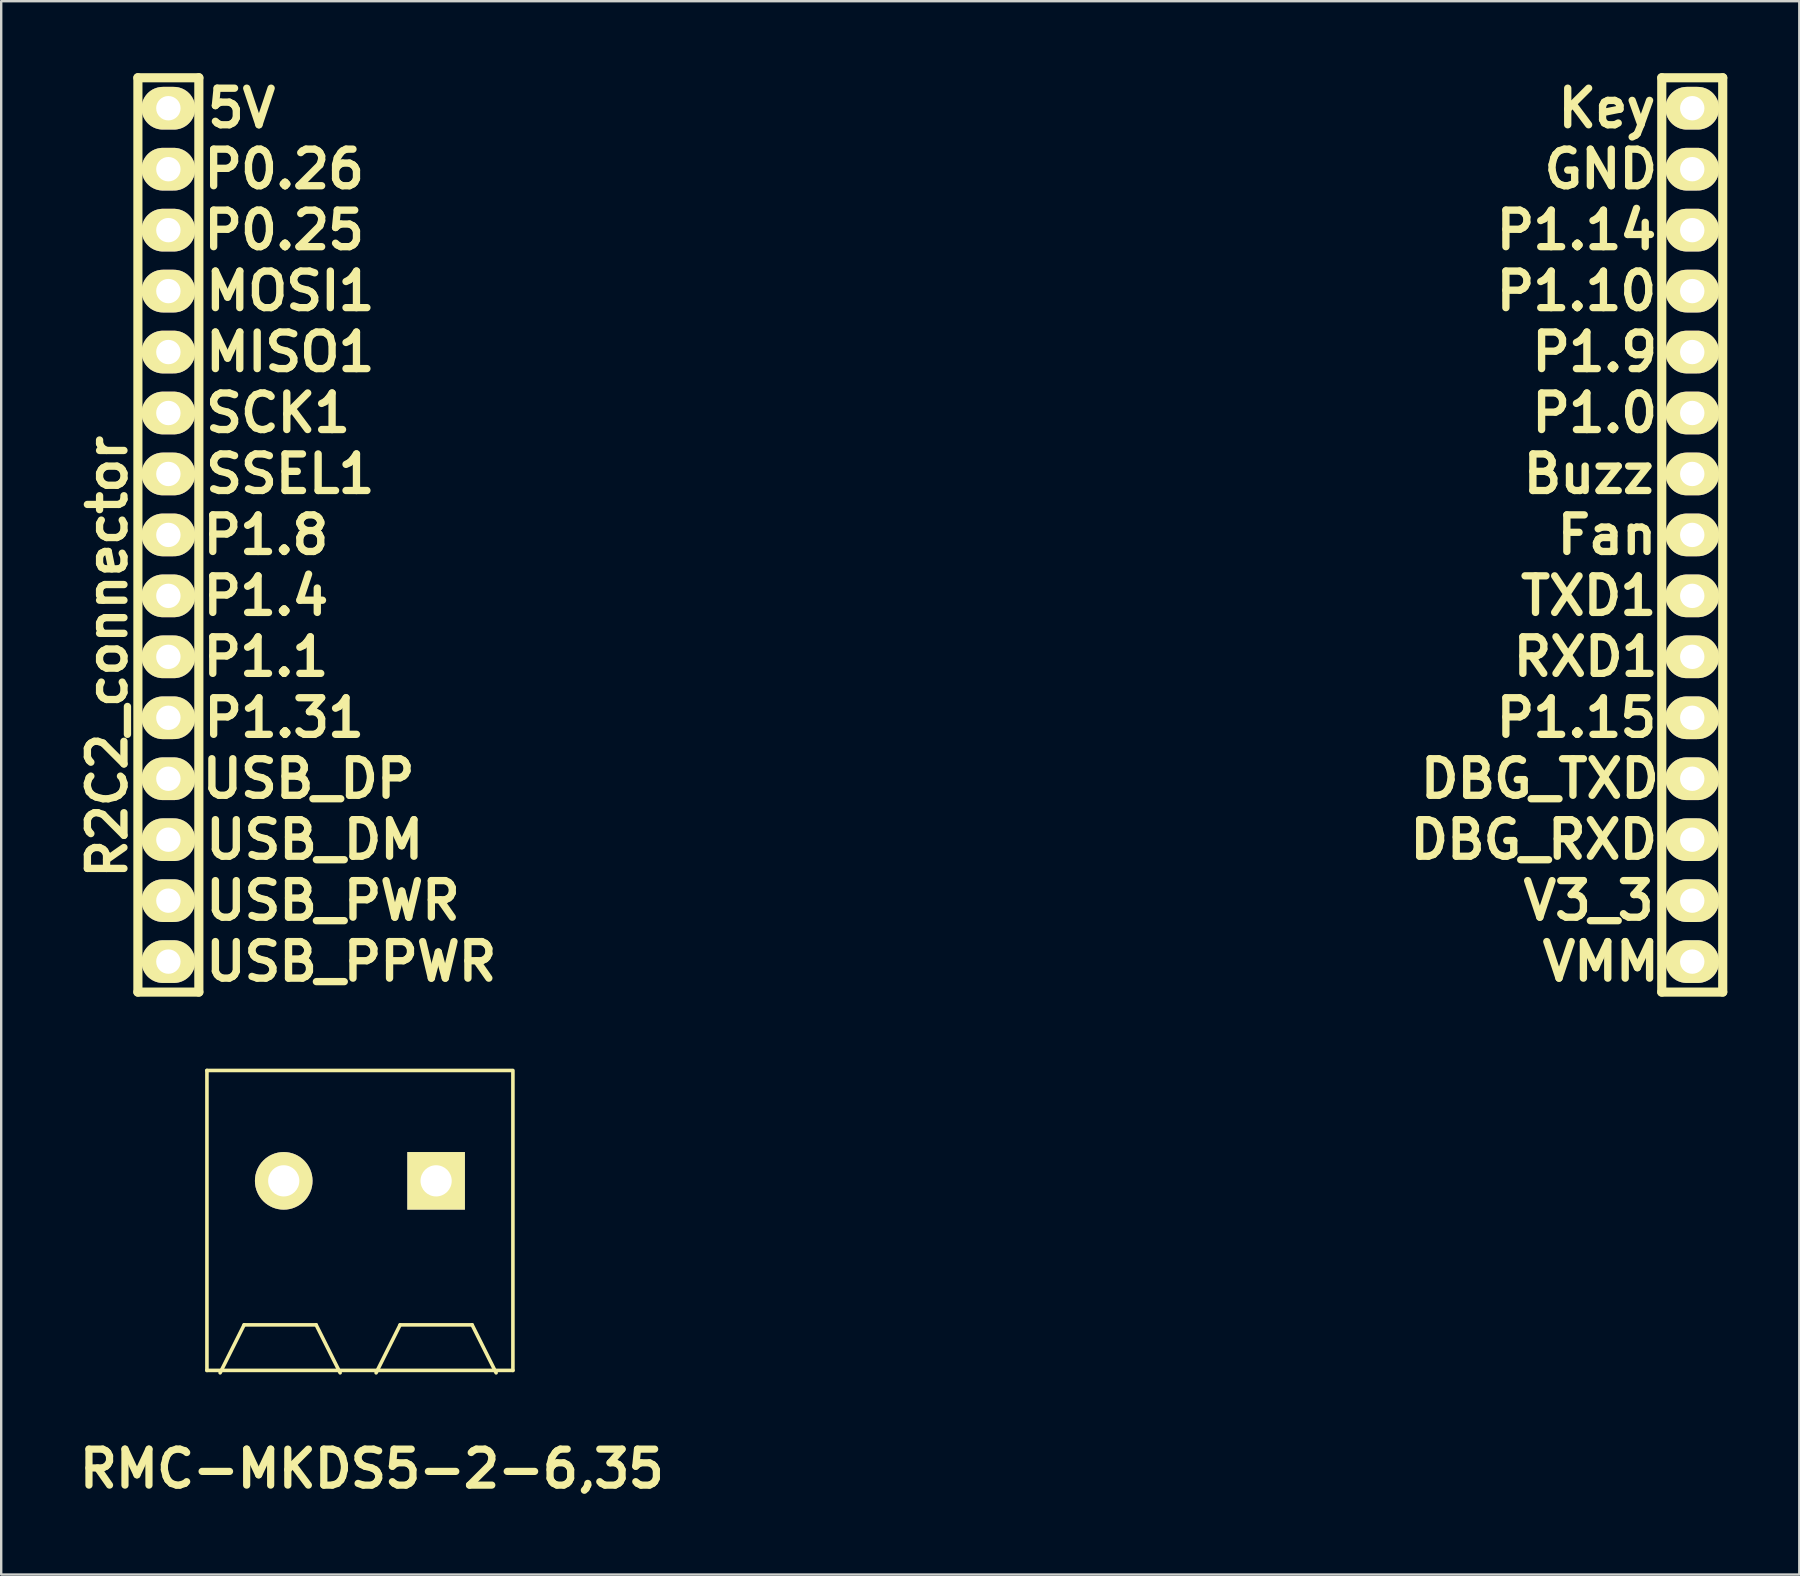
<source format=kicad_pcb>
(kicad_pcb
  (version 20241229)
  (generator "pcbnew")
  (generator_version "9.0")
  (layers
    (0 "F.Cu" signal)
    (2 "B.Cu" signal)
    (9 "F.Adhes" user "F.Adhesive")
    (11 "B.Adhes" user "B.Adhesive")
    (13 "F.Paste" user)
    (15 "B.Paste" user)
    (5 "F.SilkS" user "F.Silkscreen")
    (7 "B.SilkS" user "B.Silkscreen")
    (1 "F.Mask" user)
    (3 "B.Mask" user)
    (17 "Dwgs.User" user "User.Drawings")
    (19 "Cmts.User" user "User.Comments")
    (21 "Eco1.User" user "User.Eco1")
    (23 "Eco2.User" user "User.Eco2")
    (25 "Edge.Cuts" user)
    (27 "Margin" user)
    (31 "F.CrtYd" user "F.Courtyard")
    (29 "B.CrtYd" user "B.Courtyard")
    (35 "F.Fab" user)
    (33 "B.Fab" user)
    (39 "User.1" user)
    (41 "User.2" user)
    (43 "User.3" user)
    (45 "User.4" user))
  (footprint "RMC-MKDS5-2-6,35"
    (layer "F.Cu")
    (at 11.943 46.156)
    (property "Reference" "RMC-MKDS5-2-6,35" (at 0.5 12 0) (layer "F.SilkS") (effects (font (size 1.5 1.5) (thickness 0.3))))
    (attr through_hole)
    (fp_line (start -6.37 -4.6) (end 6.33 -4.6) (stroke (width 0.15) (type solid)) (layer "F.SilkS"))
    (fp_line (start -6.37 7.9) (end -6.37 -4.6) (stroke (width 0.15) (type solid)) (layer "F.SilkS"))
    (fp_line (start -5.82 8) (end -4.82 6) (stroke (width 0.15) (type solid)) (layer "F.SilkS"))
    (fp_line (start -4.82 6) (end -1.82 6) (stroke (width 0.15) (type solid)) (layer "F.SilkS"))
    (fp_line (start -1.82 6) (end -0.82 8) (stroke (width 0.15) (type solid)) (layer "F.SilkS"))
    (fp_line (start 1.68 6) (end 0.68 8) (stroke (width 0.15) (type solid)) (layer "F.SilkS"))
    (fp_line (start 4.68 6) (end 1.68 6) (stroke (width 0.15) (type solid)) (layer "F.SilkS"))
    (fp_line (start 5.68 8) (end 4.68 6) (stroke (width 0.15) (type solid)) (layer "F.SilkS"))
    (fp_line (start 6.38 -4.6) (end 6.38 7.9) (stroke (width 0.15) (type solid)) (layer "F.SilkS"))
    (fp_line (start 6.38 7.9) (end -6.37 7.9) (stroke (width 0.15) (type solid)) (layer "F.SilkS"))
    (pad "1" thru_hole rect (at 3.18 0) (size 2.4 2.4) (drill 1.3) (layers "*.Cu" "*.Mask" "F.SilkS"))
    (pad "2" thru_hole circle (at -3.17 0) (size 2.4 2.4) (drill 1.3) (layers "*.Cu" "*.Mask" "F.SilkS")))
  (footprint "R2C2_connector"
    (layer "F.Cu")
    (at 3.966 37.02)
    (property "Reference" "R2C2_connector" (at -2.54 -12.7 90) (layer "F.SilkS") (effects (font (size 1.524 1.524) (thickness 0.305))))
    (attr through_hole)
    (fp_line (start -1.27 -36.83) (end 1.27 -36.83) (stroke (width 0.381) (type solid)) (layer "F.SilkS"))
    (fp_line (start -1.27 1.27) (end -1.27 -36.83) (stroke (width 0.381) (type solid)) (layer "F.SilkS"))
    (fp_line (start 1.27 -36.83) (end 1.27 1.27) (stroke (width 0.381) (type solid)) (layer "F.SilkS"))
    (fp_line (start 1.27 1.27) (end -1.27 1.27) (stroke (width 0.381) (type solid)) (layer "F.SilkS"))
    (fp_line (start 62.23 -36.83) (end 64.77 -36.83) (stroke (width 0.381) (type solid)) (layer "F.SilkS"))
    (fp_line (start 62.23 1.27) (end 62.23 -36.83) (stroke (width 0.381) (type solid)) (layer "F.SilkS"))
    (fp_line (start 64.77 -36.83) (end 64.77 1.27) (stroke (width 0.381) (type solid)) (layer "F.SilkS"))
    (fp_line (start 64.77 1.27) (end 62.23 1.27) (stroke (width 0.381) (type solid)) (layer "F.SilkS"))
    (fp_text user "P1.10" (at 58.674 -27.94 0) (layer "F.SilkS") (effects (font (size 1.524 1.524) (thickness 0.305))))
    (fp_text user "P1.15" (at 58.674 -10.16 0) (layer "F.SilkS") (effects (font (size 1.524 1.524) (thickness 0.305))))
    (fp_text user "USB_DM" (at 6.096 -5.08 0) (layer "F.SilkS") (effects (font (size 1.524 1.524) (thickness 0.305))))
    (fp_text user "P1.9" (at 59.436 -25.4 0) (layer "F.SilkS") (effects (font (size 1.524 1.524) (thickness 0.305))))
    (fp_text user "P1.14" (at 58.674 -30.48 0) (layer "F.SilkS") (effects (font (size 1.524 1.524) (thickness 0.305))))
    (fp_text user "RXD1" (at 59.055 -12.7 0) (layer "F.SilkS") (effects (font (size 1.524 1.524) (thickness 0.305))))
    (fp_text user "USB_PWR" (at 6.858 -2.54 0) (layer "F.SilkS") (effects (font (size 1.524 1.524) (thickness 0.305))))
    (fp_text user "DBG_RXD" (at 56.896 -5.08 0) (layer "F.SilkS") (effects (font (size 1.524 1.524) (thickness 0.305))))
    (fp_text user "P1.31" (at 4.826 -10.16 0) (layer "F.SilkS") (effects (font (size 1.524 1.524) (thickness 0.305))))
    (fp_text user "P1.4" (at 4.064 -15.24 0) (layer "F.SilkS") (effects (font (size 1.524 1.524) (thickness 0.305))))
    (fp_text user "DBG_TXD" (at 57.15 -7.62 0) (layer "F.SilkS") (effects (font (size 1.524 1.524) (thickness 0.305))))
    (fp_text user "V3_3" (at 59.182 -2.54 0) (layer "F.SilkS") (effects (font (size 1.524 1.524) (thickness 0.305))))
    (fp_text user "P1.0" (at 59.436 -22.86 0) (layer "F.SilkS") (effects (font (size 1.524 1.524) (thickness 0.305))))
    (fp_text user "SSEL1" (at 5.08 -20.32 0) (layer "F.SilkS") (effects (font (size 1.524 1.524) (thickness 0.305))))
    (fp_text user "P0.26" (at 4.826 -33.02 0) (layer "F.SilkS") (effects (font (size 1.524 1.524) (thickness 0.305))))
    (fp_text user "VMM" (at 59.69 0 0) (layer "F.SilkS") (effects (font (size 1.524 1.524) (thickness 0.305))))
    (fp_text user "Fan" (at 59.944 -17.78 0) (layer "F.SilkS") (effects (font (size 1.524 1.524) (thickness 0.305))))
    (fp_text user "TXD1" (at 59.182 -15.24 0) (layer "F.SilkS") (effects (font (size 1.524 1.524) (thickness 0.305))))
    (fp_text user "Key" (at 59.944 -35.56 0) (layer "F.SilkS") (effects (font (size 1.524 1.524) (thickness 0.305))))
    (fp_text user "MISO1" (at 5.08 -25.4 0) (layer "F.SilkS") (effects (font (size 1.524 1.524) (thickness 0.305))))
    (fp_text user "SCK1" (at 4.572 -22.86 0) (layer "F.SilkS") (effects (font (size 1.524 1.524) (thickness 0.305))))
    (fp_text user "5V" (at 3.048 -35.56 0) (layer "F.SilkS") (effects (font (size 1.524 1.524) (thickness 0.305))))
    (fp_text user "MOSI1" (at 5.08 -27.94 0) (layer "F.SilkS") (effects (font (size 1.524 1.524) (thickness 0.305))))
    (fp_text user "P1.1" (at 4.064 -12.7 0) (layer "F.SilkS") (effects (font (size 1.524 1.524) (thickness 0.305))))
    (fp_text user "USB_DP" (at 5.842 -7.62 0) (layer "F.SilkS") (effects (font (size 1.524 1.524) (thickness 0.305))))
    (fp_text user "Buzz" (at 59.182 -20.32 0) (layer "F.SilkS") (effects (font (size 1.524 1.524) (thickness 0.305))))
    (fp_text user "USB_PPWR" (at 7.62 0 0) (layer "F.SilkS") (effects (font (size 1.524 1.524) (thickness 0.305))))
    (fp_text user "GND" (at 59.69 -33.02 0) (layer "F.SilkS") (effects (font (size 1.524 1.524) (thickness 0.305))))
    (fp_text user "P1.8" (at 4.064 -17.78 0) (layer "F.SilkS") (effects (font (size 1.524 1.524) (thickness 0.305))))
    (fp_text user "P0.25" (at 4.826 -30.48 0) (layer "F.SilkS") (effects (font (size 1.524 1.524) (thickness 0.305))))
    (pad "A1" thru_hole oval (at 0 0) (size 2.235 1.778) (drill 1.016) (layers "*.Cu" "*.Mask" "F.SilkS"))
    (pad "A2" thru_hole oval (at 0 -2.54) (size 2.235 1.778) (drill 1.016) (layers "*.Cu" "*.Mask" "F.SilkS"))
    (pad "A3" thru_hole oval (at 0 -5.08) (size 2.235 1.778) (drill 1.016) (layers "*.Cu" "*.Mask" "F.SilkS"))
    (pad "A4" thru_hole oval (at 0 -7.62) (size 2.235 1.778) (drill 1.016) (layers "*.Cu" "*.Mask" "F.SilkS"))
    (pad "A5" thru_hole oval (at 0 -10.16) (size 2.235 1.778) (drill 1.016) (layers "*.Cu" "*.Mask" "F.SilkS"))
    (pad "A6" thru_hole oval (at 0 -12.7) (size 2.235 1.778) (drill 1.016) (layers "*.Cu" "*.Mask" "F.SilkS"))
    (pad "A7" thru_hole oval (at 0 -15.24) (size 2.235 1.778) (drill 1.016) (layers "*.Cu" "*.Mask" "F.SilkS"))
    (pad "A8" thru_hole oval (at 0 -17.78) (size 2.235 1.778) (drill 1.016) (layers "*.Cu" "*.Mask" "F.SilkS"))
    (pad "A9" thru_hole oval (at 0 -20.32) (size 2.235 1.778) (drill 1.016) (layers "*.Cu" "*.Mask" "F.SilkS"))
    (pad "A10" thru_hole oval (at 0 -22.86) (size 2.235 1.778) (drill 1.016) (layers "*.Cu" "*.Mask" "F.SilkS"))
    (pad "A11" thru_hole oval (at 0 -25.4) (size 2.235 1.778) (drill 1.016) (layers "*.Cu" "*.Mask" "F.SilkS"))
    (pad "A12" thru_hole oval (at 0 -27.94) (size 2.235 1.778) (drill 1.016) (layers "*.Cu" "*.Mask" "F.SilkS"))
    (pad "A13" thru_hole oval (at 0 -30.48) (size 2.235 1.778) (drill 1.016) (layers "*.Cu" "*.Mask" "F.SilkS"))
    (pad "A14" thru_hole oval (at 0 -33.02) (size 2.235 1.778) (drill 1.016) (layers "*.Cu" "*.Mask" "F.SilkS"))
    (pad "A15" thru_hole oval (at 0 -35.56) (size 2.235 1.778) (drill 1.016) (layers "*.Cu" "*.Mask" "F.SilkS"))
    (pad "B1" thru_hole oval (at 63.5 0) (size 2.235 1.778) (drill 1.016) (layers "*.Cu" "*.Mask" "F.SilkS"))
    (pad "B2" thru_hole oval (at 63.5 -2.54) (size 2.235 1.778) (drill 1.016) (layers "*.Cu" "*.Mask" "F.SilkS"))
    (pad "B3" thru_hole oval (at 63.5 -5.08) (size 2.235 1.778) (drill 1.016) (layers "*.Cu" "*.Mask" "F.SilkS"))
    (pad "B4" thru_hole oval (at 63.5 -7.62) (size 2.235 1.778) (drill 1.016) (layers "*.Cu" "*.Mask" "F.SilkS"))
    (pad "B5" thru_hole oval (at 63.5 -10.16) (size 2.235 1.778) (drill 1.016) (layers "*.Cu" "*.Mask" "F.SilkS"))
    (pad "B6" thru_hole oval (at 63.5 -12.7) (size 2.235 1.778) (drill 1.016) (layers "*.Cu" "*.Mask" "F.SilkS"))
    (pad "B7" thru_hole oval (at 63.5 -15.24) (size 2.235 1.778) (drill 1.016) (layers "*.Cu" "*.Mask" "F.SilkS"))
    (pad "B8" thru_hole oval (at 63.5 -17.78) (size 2.235 1.778) (drill 1.016) (layers "*.Cu" "*.Mask" "F.SilkS"))
    (pad "B9" thru_hole oval (at 63.5 -20.32) (size 2.235 1.778) (drill 1.016) (layers "*.Cu" "*.Mask" "F.SilkS"))
    (pad "B10" thru_hole oval (at 63.5 -22.86) (size 2.235 1.778) (drill 1.016) (layers "*.Cu" "*.Mask" "F.SilkS"))
    (pad "B11" thru_hole oval (at 63.5 -25.4) (size 2.235 1.778) (drill 1.016) (layers "*.Cu" "*.Mask" "F.SilkS"))
    (pad "B12" thru_hole oval (at 63.5 -27.94) (size 2.235 1.778) (drill 1.016) (layers "*.Cu" "*.Mask" "F.SilkS"))
    (pad "B13" thru_hole oval (at 63.5 -30.48) (size 2.235 1.778) (drill 1.016) (layers "*.Cu" "*.Mask" "F.SilkS"))
    (pad "B14" thru_hole oval (at 63.5 -33.02) (size 2.235 1.778) (drill 1.016) (layers "*.Cu" "*.Mask" "F.SilkS"))
    (pad "B15" thru_hole oval (at 63.5 -35.56) (size 2.235 1.778) (drill 1.016) (layers "*.Cu" "*.Mask" "F.SilkS")))
  (gr_rect
    (start -3 -3)
    (end 71.927 62.56)
    (stroke (width 0.1) (type default))
    (fill no)
    (layer "Edge.Cuts")))
</source>
